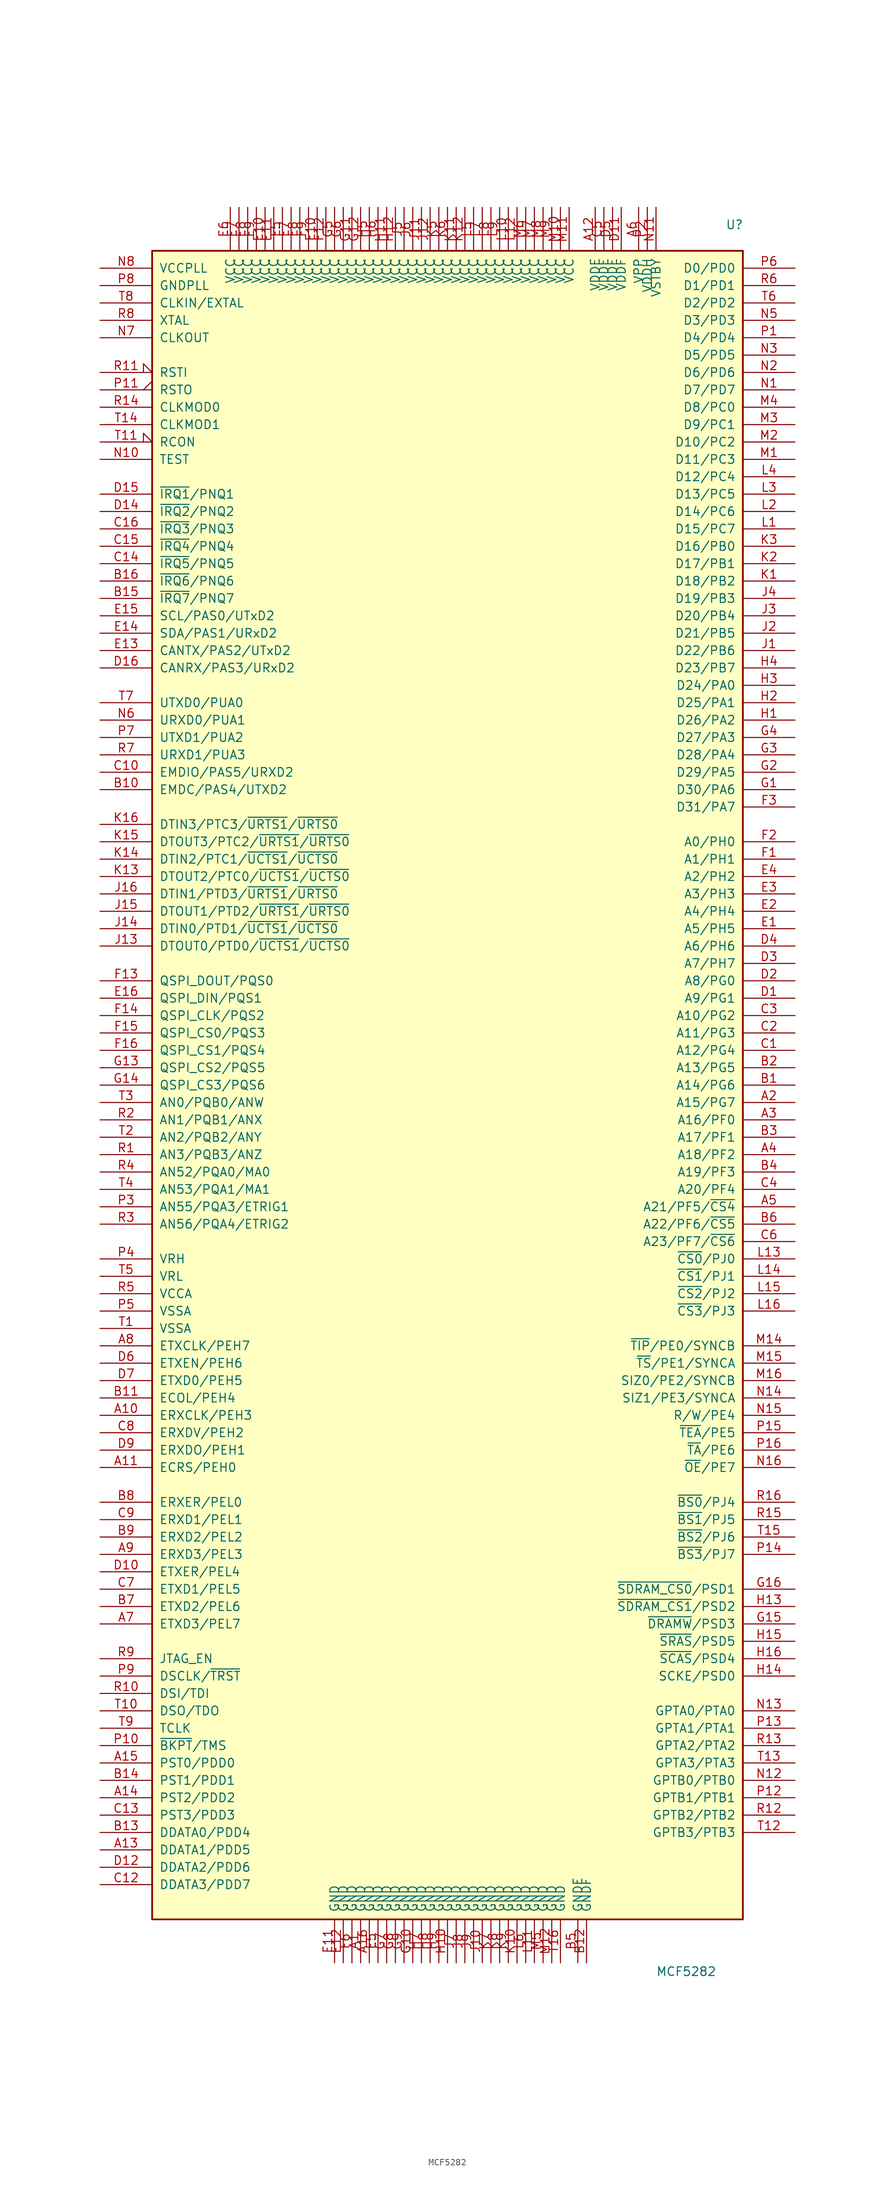
<source format=kicad_sym>
(kicad_symbol_lib
  (version 20231120)
  (generator "kicad_symbol_editor")
  (generator_version "8.0")
  (symbol "MCF5282"
    (pin_names
      (offset 1.016))
    (property "Reference" "U"
      (at 40.64 125.73 0)
      (effects (font (size 1.27 1.27)) (justify left)))
    (property "Value" "MCF5282"
      (at 30.48 -129.54 0)
      (effects (font (size 1.27 1.27)) (justify left)))
    (symbol "MCF5282_0_1"
      (rectangle (start -43.18 121.92) (end 43.18 -121.92) (stroke (width 0.254) (type default)) (fill (type background))))
    (symbol "MCF5282_1_1"
      (pin power_in line (at -12.7 -128.27 90) (length 6.35) (name "GND" (effects (font (size 1.27 1.27)))) (number "A1" (effects (font (size 1.27 1.27)))))
      (pin bidirectional line (at -50.8 -48.26 0) (length 7.62) (name "ERXCLK/PEH3" (effects (font (size 1.27 1.27)))) (number "A10" (effects (font (size 1.27 1.27)))))
      (pin bidirectional line (at -50.8 -55.88 0) (length 7.62) (name "ECRS/PEH0" (effects (font (size 1.27 1.27)))) (number "A11" (effects (font (size 1.27 1.27)))))
      (pin power_in line (at 21.59 128.27 270) (length 6.35) (name "VDDF" (effects (font (size 1.27 1.27)))) (number "A12" (effects (font (size 1.27 1.27)))))
      (pin output line (at -50.8 -111.76 0) (length 7.62) (name "DDATA1/PDD5" (effects (font (size 1.27 1.27)))) (number "A13" (effects (font (size 1.27 1.27)))))
      (pin output line (at -50.8 -104.14 0) (length 7.62) (name "PST2/PDD2" (effects (font (size 1.27 1.27)))) (number "A14" (effects (font (size 1.27 1.27)))))
      (pin output line (at -50.8 -99.06 0) (length 7.62) (name "PST0/PDD0" (effects (font (size 1.27 1.27)))) (number "A15" (effects (font (size 1.27 1.27)))))
      (pin power_in line (at -11.43 -128.27 90) (length 6.35) (name "GND" (effects (font (size 1.27 1.27)))) (number "A16" (effects (font (size 1.27 1.27)))))
      (pin bidirectional line (at 50.8 -2.54 180) (length 7.62) (name "A15/PG7" (effects (font (size 1.27 1.27)))) (number "A2" (effects (font (size 1.27 1.27)))))
      (pin bidirectional line (at 50.8 -5.08 180) (length 7.62) (name "A16/PF0" (effects (font (size 1.27 1.27)))) (number "A3" (effects (font (size 1.27 1.27)))))
      (pin bidirectional line (at 50.8 -10.16 180) (length 7.62) (name "A18/PF2" (effects (font (size 1.27 1.27)))) (number "A4" (effects (font (size 1.27 1.27)))))
      (pin bidirectional line (at 50.8 -17.78 180) (length 7.62) (name "A21/PF5/~{CS4}" (effects (font (size 1.27 1.27)))) (number "A5" (effects (font (size 1.27 1.27)))))
      (pin power_in line (at 27.94 128.27 270) (length 6.35) (name "VPP" (effects (font (size 1.27 1.27)))) (number "A6" (effects (font (size 1.27 1.27)))))
      (pin bidirectional line (at -50.8 -78.74 0) (length 7.62) (name "ETXD3/PEL7" (effects (font (size 1.27 1.27)))) (number "A7" (effects (font (size 1.27 1.27)))))
      (pin bidirectional line (at -50.8 -38.1 0) (length 7.62) (name "ETXCLK/PEH7" (effects (font (size 1.27 1.27)))) (number "A8" (effects (font (size 1.27 1.27)))))
      (pin bidirectional line (at -50.8 -68.58 0) (length 7.62) (name "ERXD3/PEL3" (effects (font (size 1.27 1.27)))) (number "A9" (effects (font (size 1.27 1.27)))))
      (pin bidirectional line (at 50.8 0 180) (length 7.62) (name "A14/PG6" (effects (font (size 1.27 1.27)))) (number "B1" (effects (font (size 1.27 1.27)))))
      (pin input line (at -50.8 43.18 0) (length 7.62) (name "EMDC/PAS4/UTXD2" (effects (font (size 1.27 1.27)))) (number "B10" (effects (font (size 1.27 1.27)))))
      (pin bidirectional line (at -50.8 -45.72 0) (length 7.62) (name "ECOL/PEH4" (effects (font (size 1.27 1.27)))) (number "B11" (effects (font (size 1.27 1.27)))))
      (pin power_in line (at 20.32 -128.27 90) (length 6.35) (name "GNDF" (effects (font (size 1.27 1.27)))) (number "B12" (effects (font (size 1.27 1.27)))))
      (pin output line (at -50.8 -109.22 0) (length 7.62) (name "DDATA0/PDD4" (effects (font (size 1.27 1.27)))) (number "B13" (effects (font (size 1.27 1.27)))))
      (pin output line (at -50.8 -101.6 0) (length 7.62) (name "PST1/PDD1" (effects (font (size 1.27 1.27)))) (number "B14" (effects (font (size 1.27 1.27)))))
      (pin bidirectional line (at -50.8 71.12 0) (length 7.62) (name "~{IRQ7}/PNQ7" (effects (font (size 1.27 1.27)))) (number "B15" (effects (font (size 1.27 1.27)))))
      (pin bidirectional line (at -50.8 73.66 0) (length 7.62) (name "~{IRQ6}/PNQ6" (effects (font (size 1.27 1.27)))) (number "B16" (effects (font (size 1.27 1.27)))))
      (pin bidirectional line (at 50.8 2.54 180) (length 7.62) (name "A13/PG5" (effects (font (size 1.27 1.27)))) (number "B2" (effects (font (size 1.27 1.27)))))
      (pin bidirectional line (at 50.8 -7.62 180) (length 7.62) (name "A17/PF1" (effects (font (size 1.27 1.27)))) (number "B3" (effects (font (size 1.27 1.27)))))
      (pin bidirectional line (at 50.8 -12.7 180) (length 7.62) (name "A19/PF3" (effects (font (size 1.27 1.27)))) (number "B4" (effects (font (size 1.27 1.27)))))
      (pin passive line (at 19.05 -128.27 90) (length 6.35) (name "GNDF" (effects (font (size 1.27 1.27)))) (number "B5" (effects (font (size 1.27 1.27)))))
      (pin bidirectional line (at 50.8 -20.32 180) (length 7.62) (name "A22/PF6/~{CS5}" (effects (font (size 1.27 1.27)))) (number "B6" (effects (font (size 1.27 1.27)))))
      (pin bidirectional line (at -50.8 -76.2 0) (length 7.62) (name "ETXD2/PEL6" (effects (font (size 1.27 1.27)))) (number "B7" (effects (font (size 1.27 1.27)))))
      (pin bidirectional line (at -50.8 -60.96 0) (length 7.62) (name "ERXER/PEL0" (effects (font (size 1.27 1.27)))) (number "B8" (effects (font (size 1.27 1.27)))))
      (pin bidirectional line (at -50.8 -66.04 0) (length 7.62) (name "ERXD2/PEL2" (effects (font (size 1.27 1.27)))) (number "B9" (effects (font (size 1.27 1.27)))))
      (pin bidirectional line (at 50.8 5.08 180) (length 7.62) (name "A12/PG4" (effects (font (size 1.27 1.27)))) (number "C1" (effects (font (size 1.27 1.27)))))
      (pin bidirectional line (at -50.8 45.72 0) (length 7.62) (name "EMDIO/PAS5/URXD2" (effects (font (size 1.27 1.27)))) (number "C10" (effects (font (size 1.27 1.27)))))
      (pin output line (at -50.8 -116.84 0) (length 7.62) (name "DDATA3/PDD7" (effects (font (size 1.27 1.27)))) (number "C12" (effects (font (size 1.27 1.27)))))
      (pin output line (at -50.8 -106.68 0) (length 7.62) (name "PST3/PDD3" (effects (font (size 1.27 1.27)))) (number "C13" (effects (font (size 1.27 1.27)))))
      (pin bidirectional line (at -50.8 76.2 0) (length 7.62) (name "~{IRQ5}/PNQ5" (effects (font (size 1.27 1.27)))) (number "C14" (effects (font (size 1.27 1.27)))))
      (pin bidirectional line (at -50.8 78.74 0) (length 7.62) (name "~{IRQ4}/PNQ4" (effects (font (size 1.27 1.27)))) (number "C15" (effects (font (size 1.27 1.27)))))
      (pin bidirectional line (at -50.8 81.28 0) (length 7.62) (name "~{IRQ3}/PNQ3" (effects (font (size 1.27 1.27)))) (number "C16" (effects (font (size 1.27 1.27)))))
      (pin bidirectional line (at 50.8 7.62 180) (length 7.62) (name "A11/PG3" (effects (font (size 1.27 1.27)))) (number "C2" (effects (font (size 1.27 1.27)))))
      (pin bidirectional line (at 50.8 10.16 180) (length 7.62) (name "A10/PG2" (effects (font (size 1.27 1.27)))) (number "C3" (effects (font (size 1.27 1.27)))))
      (pin bidirectional line (at 50.8 -15.24 180) (length 7.62) (name "A20/PF4" (effects (font (size 1.27 1.27)))) (number "C4" (effects (font (size 1.27 1.27)))))
      (pin power_in line (at 22.86 128.27 270) (length 6.35) (name "VDDF" (effects (font (size 1.27 1.27)))) (number "C5" (effects (font (size 1.27 1.27)))))
      (pin bidirectional line (at 50.8 -22.86 180) (length 7.62) (name "A23/PF7/~{CS6}" (effects (font (size 1.27 1.27)))) (number "C6" (effects (font (size 1.27 1.27)))))
      (pin bidirectional line (at -50.8 -73.66 0) (length 7.62) (name "ETXD1/PEL5" (effects (font (size 1.27 1.27)))) (number "C7" (effects (font (size 1.27 1.27)))))
      (pin bidirectional line (at -50.8 -50.8 0) (length 7.62) (name "ERXDV/PEH2" (effects (font (size 1.27 1.27)))) (number "C8" (effects (font (size 1.27 1.27)))))
      (pin bidirectional line (at -50.8 -63.5 0) (length 7.62) (name "ERXD1/PEL1" (effects (font (size 1.27 1.27)))) (number "C9" (effects (font (size 1.27 1.27)))))
      (pin bidirectional line (at 50.8 12.7 180) (length 7.62) (name "A9/PG1" (effects (font (size 1.27 1.27)))) (number "D1" (effects (font (size 1.27 1.27)))))
      (pin bidirectional line (at -50.8 -71.12 0) (length 7.62) (name "ETXER/PEL4" (effects (font (size 1.27 1.27)))) (number "D10" (effects (font (size 1.27 1.27)))))
      (pin power_in line (at 25.4 128.27 270) (length 6.35) (name "VDDF" (effects (font (size 1.27 1.27)))) (number "D11" (effects (font (size 1.27 1.27)))))
      (pin output line (at -50.8 -114.3 0) (length 7.62) (name "DDATA2/PDD6" (effects (font (size 1.27 1.27)))) (number "D12" (effects (font (size 1.27 1.27)))))
      (pin bidirectional line (at -50.8 83.82 0) (length 7.62) (name "~{IRQ2}/PNQ2" (effects (font (size 1.27 1.27)))) (number "D14" (effects (font (size 1.27 1.27)))))
      (pin bidirectional line (at -50.8 86.36 0) (length 7.62) (name "~{IRQ1}/PNQ1" (effects (font (size 1.27 1.27)))) (number "D15" (effects (font (size 1.27 1.27)))))
      (pin bidirectional line (at -50.8 60.96 0) (length 7.62) (name "CANRX/PAS3/URxD2" (effects (font (size 1.27 1.27)))) (number "D16" (effects (font (size 1.27 1.27)))))
      (pin bidirectional line (at 50.8 15.24 180) (length 7.62) (name "A8/PG0" (effects (font (size 1.27 1.27)))) (number "D2" (effects (font (size 1.27 1.27)))))
      (pin bidirectional line (at 50.8 17.78 180) (length 7.62) (name "A7/PH7" (effects (font (size 1.27 1.27)))) (number "D3" (effects (font (size 1.27 1.27)))))
      (pin bidirectional line (at 50.8 20.32 180) (length 7.62) (name "A6/PH6" (effects (font (size 1.27 1.27)))) (number "D4" (effects (font (size 1.27 1.27)))))
      (pin power_in line (at 24.13 128.27 270) (length 6.35) (name "VDDF" (effects (font (size 1.27 1.27)))) (number "D5" (effects (font (size 1.27 1.27)))))
      (pin bidirectional line (at -50.8 -40.64 0) (length 7.62) (name "ETXEN/PEH6" (effects (font (size 1.27 1.27)))) (number "D6" (effects (font (size 1.27 1.27)))))
      (pin bidirectional line (at -50.8 -43.18 0) (length 7.62) (name "ETXD0/PEH5" (effects (font (size 1.27 1.27)))) (number "D7" (effects (font (size 1.27 1.27)))))
      (pin bidirectional line (at -50.8 -53.34 0) (length 7.62) (name "ERXDO/PEH1" (effects (font (size 1.27 1.27)))) (number "D9" (effects (font (size 1.27 1.27)))))
      (pin bidirectional line (at 50.8 22.86 180) (length 7.62) (name "A5/PH5" (effects (font (size 1.27 1.27)))) (number "E1" (effects (font (size 1.27 1.27)))))
      (pin power_in line (at -26.67 128.27 270) (length 6.35) (name "VCC" (effects (font (size 1.27 1.27)))) (number "E10" (effects (font (size 1.27 1.27)))))
      (pin power_in line (at -25.4 128.27 270) (length 6.35) (name "VCC" (effects (font (size 1.27 1.27)))) (number "E11" (effects (font (size 1.27 1.27)))))
      (pin power_in line (at -15.24 -128.27 90) (length 6.35) (name "GND" (effects (font (size 1.27 1.27)))) (number "E12" (effects (font (size 1.27 1.27)))))
      (pin bidirectional line (at -50.8 63.5 0) (length 7.62) (name "CANTX/PAS2/UTxD2" (effects (font (size 1.27 1.27)))) (number "E13" (effects (font (size 1.27 1.27)))))
      (pin bidirectional line (at -50.8 66.04 0) (length 7.62) (name "SDA/PAS1/URxD2" (effects (font (size 1.27 1.27)))) (number "E14" (effects (font (size 1.27 1.27)))))
      (pin bidirectional line (at -50.8 68.58 0) (length 7.62) (name "SCL/PAS0/UTxD2" (effects (font (size 1.27 1.27)))) (number "E15" (effects (font (size 1.27 1.27)))))
      (pin bidirectional line (at -50.8 12.7 0) (length 7.62) (name "QSPI_DIN/PQS1" (effects (font (size 1.27 1.27)))) (number "E16" (effects (font (size 1.27 1.27)))))
      (pin bidirectional line (at 50.8 25.4 180) (length 7.62) (name "A4/PH4" (effects (font (size 1.27 1.27)))) (number "E2" (effects (font (size 1.27 1.27)))))
      (pin bidirectional line (at 50.8 27.94 180) (length 7.62) (name "A3/PH3" (effects (font (size 1.27 1.27)))) (number "E3" (effects (font (size 1.27 1.27)))))
      (pin bidirectional line (at 50.8 30.48 180) (length 7.62) (name "A2/PH2" (effects (font (size 1.27 1.27)))) (number "E4" (effects (font (size 1.27 1.27)))))
      (pin power_in line (at -10.16 -128.27 90) (length 6.35) (name "GND" (effects (font (size 1.27 1.27)))) (number "E5" (effects (font (size 1.27 1.27)))))
      (pin power_in line (at -31.75 128.27 270) (length 6.35) (name "VCC" (effects (font (size 1.27 1.27)))) (number "E6" (effects (font (size 1.27 1.27)))))
      (pin power_in line (at -30.48 128.27 270) (length 6.35) (name "VCC" (effects (font (size 1.27 1.27)))) (number "E7" (effects (font (size 1.27 1.27)))))
      (pin power_in line (at -29.21 128.27 270) (length 6.35) (name "VCC" (effects (font (size 1.27 1.27)))) (number "E8" (effects (font (size 1.27 1.27)))))
      (pin power_in line (at -27.94 128.27 270) (length 6.35) (name "VCC" (effects (font (size 1.27 1.27)))) (number "E9" (effects (font (size 1.27 1.27)))))
      (pin bidirectional line (at 50.8 33.02 180) (length 7.62) (name "A1/PH1" (effects (font (size 1.27 1.27)))) (number "F1" (effects (font (size 1.27 1.27)))))
      (pin power_in line (at -19.05 128.27 270) (length 6.35) (name "VCC" (effects (font (size 1.27 1.27)))) (number "F10" (effects (font (size 1.27 1.27)))))
      (pin power_in line (at -16.51 -128.27 90) (length 6.35) (name "GND" (effects (font (size 1.27 1.27)))) (number "F11" (effects (font (size 1.27 1.27)))))
      (pin power_in line (at -17.78 128.27 270) (length 6.35) (name "VCC" (effects (font (size 1.27 1.27)))) (number "F12" (effects (font (size 1.27 1.27)))))
      (pin bidirectional line (at -50.8 15.24 0) (length 7.62) (name "QSPI_DOUT/PQS0" (effects (font (size 1.27 1.27)))) (number "F13" (effects (font (size 1.27 1.27)))))
      (pin bidirectional line (at -50.8 10.16 0) (length 7.62) (name "QSPI_CLK/PQS2" (effects (font (size 1.27 1.27)))) (number "F14" (effects (font (size 1.27 1.27)))))
      (pin bidirectional line (at -50.8 7.62 0) (length 7.62) (name "QSPI_CS0/PQS3" (effects (font (size 1.27 1.27)))) (number "F15" (effects (font (size 1.27 1.27)))))
      (pin bidirectional line (at -50.8 5.08 0) (length 7.62) (name "QSPI_CS1/PQS4" (effects (font (size 1.27 1.27)))) (number "F16" (effects (font (size 1.27 1.27)))))
      (pin bidirectional line (at 50.8 35.56 180) (length 7.62) (name "A0/PH0" (effects (font (size 1.27 1.27)))) (number "F2" (effects (font (size 1.27 1.27)))))
      (pin bidirectional line (at 50.8 40.64 180) (length 7.62) (name "D31/PA7" (effects (font (size 1.27 1.27)))) (number "F3" (effects (font (size 1.27 1.27)))))
      (pin power_in line (at -24.13 128.27 270) (length 6.35) (name "VCC" (effects (font (size 1.27 1.27)))) (number "F5" (effects (font (size 1.27 1.27)))))
      (pin power_in line (at -13.97 -128.27 90) (length 6.35) (name "GND" (effects (font (size 1.27 1.27)))) (number "F6" (effects (font (size 1.27 1.27)))))
      (pin power_in line (at -22.86 128.27 270) (length 6.35) (name "VCC" (effects (font (size 1.27 1.27)))) (number "F7" (effects (font (size 1.27 1.27)))))
      (pin power_in line (at -21.59 128.27 270) (length 6.35) (name "VCC" (effects (font (size 1.27 1.27)))) (number "F8" (effects (font (size 1.27 1.27)))))
      (pin power_in line (at -20.32 128.27 270) (length 6.35) (name "VCC" (effects (font (size 1.27 1.27)))) (number "F9" (effects (font (size 1.27 1.27)))))
      (pin bidirectional line (at 50.8 43.18 180) (length 7.62) (name "D30/PA6" (effects (font (size 1.27 1.27)))) (number "G1" (effects (font (size 1.27 1.27)))))
      (pin power_in line (at -5.08 -128.27 90) (length 6.35) (name "GND" (effects (font (size 1.27 1.27)))) (number "G10" (effects (font (size 1.27 1.27)))))
      (pin power_in line (at -13.97 128.27 270) (length 6.35) (name "VCC" (effects (font (size 1.27 1.27)))) (number "G11" (effects (font (size 1.27 1.27)))))
      (pin power_in line (at -12.7 128.27 270) (length 6.35) (name "VCC" (effects (font (size 1.27 1.27)))) (number "G12" (effects (font (size 1.27 1.27)))))
      (pin bidirectional line (at -50.8 2.54 0) (length 7.62) (name "QSPI_CS2/PQS5" (effects (font (size 1.27 1.27)))) (number "G13" (effects (font (size 1.27 1.27)))))
      (pin bidirectional line (at -50.8 0 0) (length 7.62) (name "QSPI_CS3/PQS6" (effects (font (size 1.27 1.27)))) (number "G14" (effects (font (size 1.27 1.27)))))
      (pin bidirectional line (at 50.8 -78.74 180) (length 7.62) (name "~{DRAMW}/PSD3" (effects (font (size 1.27 1.27)))) (number "G15" (effects (font (size 1.27 1.27)))))
      (pin bidirectional line (at 50.8 -73.66 180) (length 7.62) (name "~{SDRAM_CS0}/PSD1" (effects (font (size 1.27 1.27)))) (number "G16" (effects (font (size 1.27 1.27)))))
      (pin bidirectional line (at 50.8 45.72 180) (length 7.62) (name "D29/PA5" (effects (font (size 1.27 1.27)))) (number "G2" (effects (font (size 1.27 1.27)))))
      (pin bidirectional line (at 50.8 48.26 180) (length 7.62) (name "D28/PA4" (effects (font (size 1.27 1.27)))) (number "G3" (effects (font (size 1.27 1.27)))))
      (pin bidirectional line (at 50.8 50.8 180) (length 7.62) (name "D27/PA3" (effects (font (size 1.27 1.27)))) (number "G4" (effects (font (size 1.27 1.27)))))
      (pin power_in line (at -16.51 128.27 270) (length 6.35) (name "VCC" (effects (font (size 1.27 1.27)))) (number "G5" (effects (font (size 1.27 1.27)))))
      (pin power_in line (at -15.24 128.27 270) (length 6.35) (name "VCC" (effects (font (size 1.27 1.27)))) (number "G6" (effects (font (size 1.27 1.27)))))
      (pin power_in line (at -8.89 -128.27 90) (length 6.35) (name "GND" (effects (font (size 1.27 1.27)))) (number "G7" (effects (font (size 1.27 1.27)))))
      (pin power_in line (at -7.62 -128.27 90) (length 6.35) (name "GND" (effects (font (size 1.27 1.27)))) (number "G8" (effects (font (size 1.27 1.27)))))
      (pin power_in line (at -6.35 -128.27 90) (length 6.35) (name "GND" (effects (font (size 1.27 1.27)))) (number "G9" (effects (font (size 1.27 1.27)))))
      (pin bidirectional line (at 50.8 53.34 180) (length 7.62) (name "D26/PA2" (effects (font (size 1.27 1.27)))) (number "H1" (effects (font (size 1.27 1.27)))))
      (pin power_in line (at 0 -128.27 90) (length 6.35) (name "GND" (effects (font (size 1.27 1.27)))) (number "H10" (effects (font (size 1.27 1.27)))))
      (pin power_in line (at -8.89 128.27 270) (length 6.35) (name "VCC" (effects (font (size 1.27 1.27)))) (number "H11" (effects (font (size 1.27 1.27)))))
      (pin power_in line (at -7.62 128.27 270) (length 6.35) (name "VCC" (effects (font (size 1.27 1.27)))) (number "H12" (effects (font (size 1.27 1.27)))))
      (pin output line (at 50.8 -76.2 180) (length 7.62) (name "~{SDRAM_CS1}/PSD2" (effects (font (size 1.27 1.27)))) (number "H13" (effects (font (size 1.27 1.27)))))
      (pin bidirectional line (at 50.8 -86.36 180) (length 7.62) (name "SCKE/PSD0" (effects (font (size 1.27 1.27)))) (number "H14" (effects (font (size 1.27 1.27)))))
      (pin bidirectional line (at 50.8 -81.28 180) (length 7.62) (name "~{SRAS}/PSD5" (effects (font (size 1.27 1.27)))) (number "H15" (effects (font (size 1.27 1.27)))))
      (pin bidirectional line (at 50.8 -83.82 180) (length 7.62) (name "~{SCAS}/PSD4" (effects (font (size 1.27 1.27)))) (number "H16" (effects (font (size 1.27 1.27)))))
      (pin bidirectional line (at 50.8 55.88 180) (length 7.62) (name "D25/PA1" (effects (font (size 1.27 1.27)))) (number "H2" (effects (font (size 1.27 1.27)))))
      (pin bidirectional line (at 50.8 58.42 180) (length 7.62) (name "D24/PA0" (effects (font (size 1.27 1.27)))) (number "H3" (effects (font (size 1.27 1.27)))))
      (pin bidirectional line (at 50.8 60.96 180) (length 7.62) (name "D23/PB7" (effects (font (size 1.27 1.27)))) (number "H4" (effects (font (size 1.27 1.27)))))
      (pin power_in line (at -11.43 128.27 270) (length 6.35) (name "VCC" (effects (font (size 1.27 1.27)))) (number "H5" (effects (font (size 1.27 1.27)))))
      (pin power_in line (at -10.16 128.27 270) (length 6.35) (name "VCC" (effects (font (size 1.27 1.27)))) (number "H6" (effects (font (size 1.27 1.27)))))
      (pin power_in line (at -3.81 -128.27 90) (length 6.35) (name "GND" (effects (font (size 1.27 1.27)))) (number "H7" (effects (font (size 1.27 1.27)))))
      (pin power_in line (at -2.54 -128.27 90) (length 6.35) (name "GND" (effects (font (size 1.27 1.27)))) (number "H8" (effects (font (size 1.27 1.27)))))
      (pin power_in line (at -1.27 -128.27 90) (length 6.35) (name "GND" (effects (font (size 1.27 1.27)))) (number "H9" (effects (font (size 1.27 1.27)))))
      (pin bidirectional line (at 50.8 63.5 180) (length 7.62) (name "D22/PB6" (effects (font (size 1.27 1.27)))) (number "J1" (effects (font (size 1.27 1.27)))))
      (pin power_in line (at 5.08 -128.27 90) (length 6.35) (name "GND" (effects (font (size 1.27 1.27)))) (number "J10" (effects (font (size 1.27 1.27)))))
      (pin power_in line (at -3.81 128.27 270) (length 6.35) (name "VCC" (effects (font (size 1.27 1.27)))) (number "J11" (effects (font (size 1.27 1.27)))))
      (pin power_in line (at -2.54 128.27 270) (length 6.35) (name "VCC" (effects (font (size 1.27 1.27)))) (number "J12" (effects (font (size 1.27 1.27)))))
      (pin input line (at -50.8 20.32 0) (length 7.62) (name "DTOUT0/PTD0/~{UCTS1}/~{UCTS0}" (effects (font (size 1.27 1.27)))) (number "J13" (effects (font (size 1.27 1.27)))))
      (pin bidirectional line (at -50.8 22.86 0) (length 7.62) (name "DTIN0/PTD1/~{UCTS1}/~{UCTS0}" (effects (font (size 1.27 1.27)))) (number "J14" (effects (font (size 1.27 1.27)))))
      (pin bidirectional line (at -50.8 25.4 0) (length 7.62) (name "DTOUT1/PTD2/~{URTS1}/~{URTS0}" (effects (font (size 1.27 1.27)))) (number "J15" (effects (font (size 1.27 1.27)))))
      (pin bidirectional line (at -50.8 27.94 0) (length 7.62) (name "DTIN1/PTD3/~{URTS1}/~{URTS0}" (effects (font (size 1.27 1.27)))) (number "J16" (effects (font (size 1.27 1.27)))))
      (pin bidirectional line (at 50.8 66.04 180) (length 7.62) (name "D21/PB5" (effects (font (size 1.27 1.27)))) (number "J2" (effects (font (size 1.27 1.27)))))
      (pin bidirectional line (at 50.8 68.58 180) (length 7.62) (name "D20/PB4" (effects (font (size 1.27 1.27)))) (number "J3" (effects (font (size 1.27 1.27)))))
      (pin bidirectional line (at 50.8 71.12 180) (length 7.62) (name "D19/PB3" (effects (font (size 1.27 1.27)))) (number "J4" (effects (font (size 1.27 1.27)))))
      (pin power_in line (at -6.35 128.27 270) (length 6.35) (name "VCC" (effects (font (size 1.27 1.27)))) (number "J5" (effects (font (size 1.27 1.27)))))
      (pin power_in line (at -5.08 128.27 270) (length 6.35) (name "VCC" (effects (font (size 1.27 1.27)))) (number "J6" (effects (font (size 1.27 1.27)))))
      (pin power_in line (at 1.27 -128.27 90) (length 6.35) (name "GND" (effects (font (size 1.27 1.27)))) (number "J7" (effects (font (size 1.27 1.27)))))
      (pin power_in line (at 2.54 -128.27 90) (length 6.35) (name "GND" (effects (font (size 1.27 1.27)))) (number "J8" (effects (font (size 1.27 1.27)))))
      (pin power_in line (at 3.81 -128.27 90) (length 6.35) (name "GND" (effects (font (size 1.27 1.27)))) (number "J9" (effects (font (size 1.27 1.27)))))
      (pin bidirectional line (at 50.8 73.66 180) (length 7.62) (name "D18/PB2" (effects (font (size 1.27 1.27)))) (number "K1" (effects (font (size 1.27 1.27)))))
      (pin power_in line (at 10.16 -128.27 90) (length 6.35) (name "GND" (effects (font (size 1.27 1.27)))) (number "K10" (effects (font (size 1.27 1.27)))))
      (pin power_in line (at 1.27 128.27 270) (length 6.35) (name "VCC" (effects (font (size 1.27 1.27)))) (number "K11" (effects (font (size 1.27 1.27)))))
      (pin power_in line (at 2.54 128.27 270) (length 6.35) (name "VCC" (effects (font (size 1.27 1.27)))) (number "K12" (effects (font (size 1.27 1.27)))))
      (pin bidirectional line (at -50.8 30.48 0) (length 7.62) (name "DTOUT2/PTC0/~{UCTS1}/~{UCTS0}" (effects (font (size 1.27 1.27)))) (number "K13" (effects (font (size 1.27 1.27)))))
      (pin bidirectional line (at -50.8 33.02 0) (length 7.62) (name "DTIN2/PTC1/~{UCTS1}/~{UCTS0}" (effects (font (size 1.27 1.27)))) (number "K14" (effects (font (size 1.27 1.27)))))
      (pin bidirectional line (at -50.8 35.56 0) (length 7.62) (name "DTOUT3/PTC2/~{URTS1}/~{URTS0}" (effects (font (size 1.27 1.27)))) (number "K15" (effects (font (size 1.27 1.27)))))
      (pin bidirectional line (at -50.8 38.1 0) (length 7.62) (name "DTIN3/PTC3/~{URTS1}/~{URTS0}" (effects (font (size 1.27 1.27)))) (number "K16" (effects (font (size 1.27 1.27)))))
      (pin bidirectional line (at 50.8 76.2 180) (length 7.62) (name "D17/PB1" (effects (font (size 1.27 1.27)))) (number "K2" (effects (font (size 1.27 1.27)))))
      (pin bidirectional line (at 50.8 78.74 180) (length 7.62) (name "D16/PB0" (effects (font (size 1.27 1.27)))) (number "K3" (effects (font (size 1.27 1.27)))))
      (pin power_in line (at -1.27 128.27 270) (length 6.35) (name "VCC" (effects (font (size 1.27 1.27)))) (number "K5" (effects (font (size 1.27 1.27)))))
      (pin power_in line (at 0 128.27 270) (length 6.35) (name "VCC" (effects (font (size 1.27 1.27)))) (number "K6" (effects (font (size 1.27 1.27)))))
      (pin power_in line (at 6.35 -128.27 90) (length 6.35) (name "GND" (effects (font (size 1.27 1.27)))) (number "K7" (effects (font (size 1.27 1.27)))))
      (pin power_in line (at 7.62 -128.27 90) (length 6.35) (name "GND" (effects (font (size 1.27 1.27)))) (number "K8" (effects (font (size 1.27 1.27)))))
      (pin power_in line (at 8.89 -128.27 90) (length 6.35) (name "GND" (effects (font (size 1.27 1.27)))) (number "K9" (effects (font (size 1.27 1.27)))))
      (pin bidirectional line (at 50.8 81.28 180) (length 7.62) (name "D15/PC7" (effects (font (size 1.27 1.27)))) (number "L1" (effects (font (size 1.27 1.27)))))
      (pin power_in line (at 8.89 128.27 270) (length 6.35) (name "VCC" (effects (font (size 1.27 1.27)))) (number "L10" (effects (font (size 1.27 1.27)))))
      (pin power_in line (at 12.7 -128.27 90) (length 6.35) (name "GND" (effects (font (size 1.27 1.27)))) (number "L11" (effects (font (size 1.27 1.27)))))
      (pin power_in line (at 10.16 128.27 270) (length 6.35) (name "VCC" (effects (font (size 1.27 1.27)))) (number "L12" (effects (font (size 1.27 1.27)))))
      (pin bidirectional line (at 50.8 -25.4 180) (length 7.62) (name "~{CS0}/PJ0" (effects (font (size 1.27 1.27)))) (number "L13" (effects (font (size 1.27 1.27)))))
      (pin bidirectional line (at 50.8 -27.94 180) (length 7.62) (name "~{CS1}/PJ1" (effects (font (size 1.27 1.27)))) (number "L14" (effects (font (size 1.27 1.27)))))
      (pin bidirectional line (at 50.8 -30.48 180) (length 7.62) (name "~{CS2}/PJ2" (effects (font (size 1.27 1.27)))) (number "L15" (effects (font (size 1.27 1.27)))))
      (pin bidirectional line (at 50.8 -33.02 180) (length 7.62) (name "~{CS3}/PJ3" (effects (font (size 1.27 1.27)))) (number "L16" (effects (font (size 1.27 1.27)))))
      (pin bidirectional line (at 50.8 83.82 180) (length 7.62) (name "D14/PC6" (effects (font (size 1.27 1.27)))) (number "L2" (effects (font (size 1.27 1.27)))))
      (pin bidirectional line (at 50.8 86.36 180) (length 7.62) (name "D13/PC5" (effects (font (size 1.27 1.27)))) (number "L3" (effects (font (size 1.27 1.27)))))
      (pin bidirectional line (at 50.8 88.9 180) (length 7.62) (name "D12/PC4" (effects (font (size 1.27 1.27)))) (number "L4" (effects (font (size 1.27 1.27)))))
      (pin power_in line (at 3.81 128.27 270) (length 6.35) (name "VCC" (effects (font (size 1.27 1.27)))) (number "L5" (effects (font (size 1.27 1.27)))))
      (pin power_in line (at 11.43 -128.27 90) (length 6.35) (name "GND" (effects (font (size 1.27 1.27)))) (number "L6" (effects (font (size 1.27 1.27)))))
      (pin power_in line (at 5.08 128.27 270) (length 6.35) (name "VCC" (effects (font (size 1.27 1.27)))) (number "L7" (effects (font (size 1.27 1.27)))))
      (pin power_in line (at 6.35 128.27 270) (length 6.35) (name "VCC" (effects (font (size 1.27 1.27)))) (number "L8" (effects (font (size 1.27 1.27)))))
      (pin power_in line (at 7.62 128.27 270) (length 6.35) (name "VCC" (effects (font (size 1.27 1.27)))) (number "L9" (effects (font (size 1.27 1.27)))))
      (pin bidirectional line (at 50.8 91.44 180) (length 7.62) (name "D11/PC3" (effects (font (size 1.27 1.27)))) (number "M1" (effects (font (size 1.27 1.27)))))
      (pin power_in line (at 16.51 128.27 270) (length 6.35) (name "VCC" (effects (font (size 1.27 1.27)))) (number "M10" (effects (font (size 1.27 1.27)))))
      (pin power_in line (at 17.78 128.27 270) (length 6.35) (name "VCC" (effects (font (size 1.27 1.27)))) (number "M11" (effects (font (size 1.27 1.27)))))
      (pin power_in line (at 15.24 -128.27 90) (length 6.35) (name "GND" (effects (font (size 1.27 1.27)))) (number "M12" (effects (font (size 1.27 1.27)))))
      (pin bidirectional line (at 50.8 -38.1 180) (length 7.62) (name "~{TIP}/PE0/SYNCB" (effects (font (size 1.27 1.27)))) (number "M14" (effects (font (size 1.27 1.27)))))
      (pin bidirectional line (at 50.8 -40.64 180) (length 7.62) (name "~{TS}/PE1/SYNCA" (effects (font (size 1.27 1.27)))) (number "M15" (effects (font (size 1.27 1.27)))))
      (pin bidirectional line (at 50.8 -43.18 180) (length 7.62) (name "SIZ0/PE2/SYNCB" (effects (font (size 1.27 1.27)))) (number "M16" (effects (font (size 1.27 1.27)))))
      (pin bidirectional line (at 50.8 93.98 180) (length 7.62) (name "D10/PC2" (effects (font (size 1.27 1.27)))) (number "M2" (effects (font (size 1.27 1.27)))))
      (pin bidirectional line (at 50.8 96.52 180) (length 7.62) (name "D9/PC1" (effects (font (size 1.27 1.27)))) (number "M3" (effects (font (size 1.27 1.27)))))
      (pin bidirectional line (at 50.8 99.06 180) (length 7.62) (name "D8/PC0" (effects (font (size 1.27 1.27)))) (number "M4" (effects (font (size 1.27 1.27)))))
      (pin power_in line (at 13.97 -128.27 90) (length 6.35) (name "GND" (effects (font (size 1.27 1.27)))) (number "M5" (effects (font (size 1.27 1.27)))))
      (pin power_in line (at 11.43 128.27 270) (length 6.35) (name "VCC" (effects (font (size 1.27 1.27)))) (number "M6" (effects (font (size 1.27 1.27)))))
      (pin power_in line (at 12.7 128.27 270) (length 6.35) (name "VCC" (effects (font (size 1.27 1.27)))) (number "M7" (effects (font (size 1.27 1.27)))))
      (pin power_in line (at 13.97 128.27 270) (length 6.35) (name "VCC" (effects (font (size 1.27 1.27)))) (number "M8" (effects (font (size 1.27 1.27)))))
      (pin power_in line (at 15.24 128.27 270) (length 6.35) (name "VCC" (effects (font (size 1.27 1.27)))) (number "M9" (effects (font (size 1.27 1.27)))))
      (pin bidirectional line (at 50.8 101.6 180) (length 7.62) (name "D7/PD7" (effects (font (size 1.27 1.27)))) (number "N1" (effects (font (size 1.27 1.27)))))
      (pin input line (at -50.8 91.44 0) (length 7.62) (name "TEST" (effects (font (size 1.27 1.27)))) (number "N10" (effects (font (size 1.27 1.27)))))
      (pin power_in line (at 30.48 128.27 270) (length 6.35) (name "VSTBY" (effects (font (size 1.27 1.27)))) (number "N11" (effects (font (size 1.27 1.27)))))
      (pin bidirectional line (at 50.8 -101.6 180) (length 7.62) (name "GPTB0/PTB0" (effects (font (size 1.27 1.27)))) (number "N12" (effects (font (size 1.27 1.27)))))
      (pin bidirectional line (at 50.8 -91.44 180) (length 7.62) (name "GPTA0/PTA0" (effects (font (size 1.27 1.27)))) (number "N13" (effects (font (size 1.27 1.27)))))
      (pin bidirectional line (at 50.8 -45.72 180) (length 7.62) (name "SIZ1/PE3/SYNCA" (effects (font (size 1.27 1.27)))) (number "N14" (effects (font (size 1.27 1.27)))))
      (pin bidirectional line (at 50.8 -48.26 180) (length 7.62) (name "R/W/PE4" (effects (font (size 1.27 1.27)))) (number "N15" (effects (font (size 1.27 1.27)))))
      (pin bidirectional line (at 50.8 -55.88 180) (length 7.62) (name "~{OE}/PE7" (effects (font (size 1.27 1.27)))) (number "N16" (effects (font (size 1.27 1.27)))))
      (pin bidirectional line (at 50.8 104.14 180) (length 7.62) (name "D6/PD6" (effects (font (size 1.27 1.27)))) (number "N2" (effects (font (size 1.27 1.27)))))
      (pin bidirectional line (at 50.8 106.68 180) (length 7.62) (name "D5/PD5" (effects (font (size 1.27 1.27)))) (number "N3" (effects (font (size 1.27 1.27)))))
      (pin bidirectional line (at 50.8 111.76 180) (length 7.62) (name "D3/PD3" (effects (font (size 1.27 1.27)))) (number "N5" (effects (font (size 1.27 1.27)))))
      (pin bidirectional line (at -50.8 53.34 0) (length 7.62) (name "URXD0/PUA1" (effects (font (size 1.27 1.27)))) (number "N6" (effects (font (size 1.27 1.27)))))
      (pin output line (at -50.8 109.22 0) (length 7.62) (name "CLKOUT" (effects (font (size 1.27 1.27)))) (number "N7" (effects (font (size 1.27 1.27)))))
      (pin passive line (at -50.8 119.38 0) (length 7.62) (name "VCCPLL" (effects (font (size 1.27 1.27)))) (number "N8" (effects (font (size 1.27 1.27)))))
      (pin bidirectional line (at 50.8 109.22 180) (length 7.62) (name "D4/PD4" (effects (font (size 1.27 1.27)))) (number "P1" (effects (font (size 1.27 1.27)))))
      (pin input line (at -50.8 -96.52 0) (length 7.62) (name "~{BKPT}/TMS" (effects (font (size 1.27 1.27)))) (number "P10" (effects (font (size 1.27 1.27)))))
      (pin output output_low (at -50.8 101.6 0) (length 7.62) (name "RSTO" (effects (font (size 1.27 1.27)))) (number "P11" (effects (font (size 1.27 1.27)))))
      (pin bidirectional line (at 50.8 -104.14 180) (length 7.62) (name "GPTB1/PTB1" (effects (font (size 1.27 1.27)))) (number "P12" (effects (font (size 1.27 1.27)))))
      (pin bidirectional line (at 50.8 -93.98 180) (length 7.62) (name "GPTA1/PTA1" (effects (font (size 1.27 1.27)))) (number "P13" (effects (font (size 1.27 1.27)))))
      (pin bidirectional line (at 50.8 -68.58 180) (length 7.62) (name "~{BS3}/PJ7" (effects (font (size 1.27 1.27)))) (number "P14" (effects (font (size 1.27 1.27)))))
      (pin bidirectional line (at 50.8 -50.8 180) (length 7.62) (name "~{TEA}/PE5" (effects (font (size 1.27 1.27)))) (number "P15" (effects (font (size 1.27 1.27)))))
      (pin bidirectional line (at 50.8 -53.34 180) (length 7.62) (name "~{TA}/PE6" (effects (font (size 1.27 1.27)))) (number "P16" (effects (font (size 1.27 1.27)))))
      (pin power_in line (at 29.21 128.27 270) (length 6.35) (name "VDDH" (effects (font (size 1.27 1.27)))) (number "P2" (effects (font (size 1.27 1.27)))))
      (pin bidirectional line (at -50.8 -17.78 0) (length 7.62) (name "AN55/PQA3/ETRIG1" (effects (font (size 1.27 1.27)))) (number "P3" (effects (font (size 1.27 1.27)))))
      (pin input line (at -50.8 -25.4 0) (length 7.62) (name "VRH" (effects (font (size 1.27 1.27)))) (number "P4" (effects (font (size 1.27 1.27)))))
      (pin input line (at -50.8 -33.02 0) (length 7.62) (name "VSSA" (effects (font (size 1.27 1.27)))) (number "P5" (effects (font (size 1.27 1.27)))))
      (pin bidirectional line (at 50.8 119.38 180) (length 7.62) (name "D0/PD0" (effects (font (size 1.27 1.27)))) (number "P6" (effects (font (size 1.27 1.27)))))
      (pin bidirectional line (at -50.8 50.8 0) (length 7.62) (name "UTXD1/PUA2" (effects (font (size 1.27 1.27)))) (number "P7" (effects (font (size 1.27 1.27)))))
      (pin passive line (at -50.8 116.84 0) (length 7.62) (name "GNDPLL" (effects (font (size 1.27 1.27)))) (number "P8" (effects (font (size 1.27 1.27)))))
      (pin input line (at -50.8 -86.36 0) (length 7.62) (name "DSCLK/~{TRST}" (effects (font (size 1.27 1.27)))) (number "P9" (effects (font (size 1.27 1.27)))))
      (pin bidirectional line (at -50.8 -10.16 0) (length 7.62) (name "AN3/PQB3/ANZ" (effects (font (size 1.27 1.27)))) (number "R1" (effects (font (size 1.27 1.27)))))
      (pin input line (at -50.8 -88.9 0) (length 7.62) (name "DSI/TDI" (effects (font (size 1.27 1.27)))) (number "R10" (effects (font (size 1.27 1.27)))))
      (pin input input_low (at -50.8 104.14 0) (length 7.62) (name "RSTI" (effects (font (size 1.27 1.27)))) (number "R11" (effects (font (size 1.27 1.27)))))
      (pin bidirectional line (at 50.8 -106.68 180) (length 7.62) (name "GPTB2/PTB2" (effects (font (size 1.27 1.27)))) (number "R12" (effects (font (size 1.27 1.27)))))
      (pin bidirectional line (at 50.8 -96.52 180) (length 7.62) (name "GPTA2/PTA2" (effects (font (size 1.27 1.27)))) (number "R13" (effects (font (size 1.27 1.27)))))
      (pin input line (at -50.8 99.06 0) (length 7.62) (name "CLKMOD0" (effects (font (size 1.27 1.27)))) (number "R14" (effects (font (size 1.27 1.27)))))
      (pin bidirectional line (at 50.8 -63.5 180) (length 7.62) (name "~{BS1}/PJ5" (effects (font (size 1.27 1.27)))) (number "R15" (effects (font (size 1.27 1.27)))))
      (pin bidirectional line (at 50.8 -60.96 180) (length 7.62) (name "~{BS0}/PJ4" (effects (font (size 1.27 1.27)))) (number "R16" (effects (font (size 1.27 1.27)))))
      (pin bidirectional line (at -50.8 -5.08 0) (length 7.62) (name "AN1/PQB1/ANX" (effects (font (size 1.27 1.27)))) (number "R2" (effects (font (size 1.27 1.27)))))
      (pin bidirectional line (at -50.8 -20.32 0) (length 7.62) (name "AN56/PQA4/ETRIG2" (effects (font (size 1.27 1.27)))) (number "R3" (effects (font (size 1.27 1.27)))))
      (pin bidirectional line (at -50.8 -12.7 0) (length 7.62) (name "AN52/PQA0/MA0" (effects (font (size 1.27 1.27)))) (number "R4" (effects (font (size 1.27 1.27)))))
      (pin input line (at -50.8 -30.48 0) (length 7.62) (name "VCCA" (effects (font (size 1.27 1.27)))) (number "R5" (effects (font (size 1.27 1.27)))))
      (pin bidirectional line (at 50.8 116.84 180) (length 7.62) (name "D1/PD1" (effects (font (size 1.27 1.27)))) (number "R6" (effects (font (size 1.27 1.27)))))
      (pin bidirectional line (at -50.8 48.26 0) (length 7.62) (name "URXD1/PUA3" (effects (font (size 1.27 1.27)))) (number "R7" (effects (font (size 1.27 1.27)))))
      (pin output line (at -50.8 111.76 0) (length 7.62) (name "XTAL" (effects (font (size 1.27 1.27)))) (number "R8" (effects (font (size 1.27 1.27)))))
      (pin input line (at -50.8 -83.82 0) (length 7.62) (name "JTAG_EN" (effects (font (size 1.27 1.27)))) (number "R9" (effects (font (size 1.27 1.27)))))
      (pin input line (at -50.8 -35.56 0) (length 7.62) (name "VSSA" (effects (font (size 1.27 1.27)))) (number "T1" (effects (font (size 1.27 1.27)))))
      (pin output line (at -50.8 -91.44 0) (length 7.62) (name "DSO/TDO" (effects (font (size 1.27 1.27)))) (number "T10" (effects (font (size 1.27 1.27)))))
      (pin input input_low (at -50.8 93.98 0) (length 7.62) (name "RCON" (effects (font (size 1.27 1.27)))) (number "T11" (effects (font (size 1.27 1.27)))))
      (pin bidirectional line (at 50.8 -109.22 180) (length 7.62) (name "GPTB3/PTB3" (effects (font (size 1.27 1.27)))) (number "T12" (effects (font (size 1.27 1.27)))))
      (pin bidirectional line (at 50.8 -99.06 180) (length 7.62) (name "GPTA3/PTA3" (effects (font (size 1.27 1.27)))) (number "T13" (effects (font (size 1.27 1.27)))))
      (pin input line (at -50.8 96.52 0) (length 7.62) (name "CLKMOD1" (effects (font (size 1.27 1.27)))) (number "T14" (effects (font (size 1.27 1.27)))))
      (pin bidirectional line (at 50.8 -66.04 180) (length 7.62) (name "~{BS2}/PJ6" (effects (font (size 1.27 1.27)))) (number "T15" (effects (font (size 1.27 1.27)))))
      (pin power_in line (at 16.51 -128.27 90) (length 6.35) (name "GND" (effects (font (size 1.27 1.27)))) (number "T16" (effects (font (size 1.27 1.27)))))
      (pin bidirectional line (at -50.8 -7.62 0) (length 7.62) (name "AN2/PQB2/ANY" (effects (font (size 1.27 1.27)))) (number "T2" (effects (font (size 1.27 1.27)))))
      (pin bidirectional line (at -50.8 -2.54 0) (length 7.62) (name "AN0/PQB0/ANW" (effects (font (size 1.27 1.27)))) (number "T3" (effects (font (size 1.27 1.27)))))
      (pin bidirectional line (at -50.8 -15.24 0) (length 7.62) (name "AN53/PQA1/MA1" (effects (font (size 1.27 1.27)))) (number "T4" (effects (font (size 1.27 1.27)))))
      (pin input line (at -50.8 -27.94 0) (length 7.62) (name "VRL" (effects (font (size 1.27 1.27)))) (number "T5" (effects (font (size 1.27 1.27)))))
      (pin bidirectional line (at 50.8 114.3 180) (length 7.62) (name "D2/PD2" (effects (font (size 1.27 1.27)))) (number "T6" (effects (font (size 1.27 1.27)))))
      (pin bidirectional line (at -50.8 55.88 0) (length 7.62) (name "UTXD0/PUA0" (effects (font (size 1.27 1.27)))) (number "T7" (effects (font (size 1.27 1.27)))))
      (pin input line (at -50.8 114.3 0) (length 7.62) (name "CLKIN/EXTAL" (effects (font (size 1.27 1.27)))) (number "T8" (effects (font (size 1.27 1.27)))))
      (pin input line (at -50.8 -93.98 0) (length 7.62) (name "TCLK" (effects (font (size 1.27 1.27)))) (number "T9" (effects (font (size 1.27 1.27))))))))
</source>
